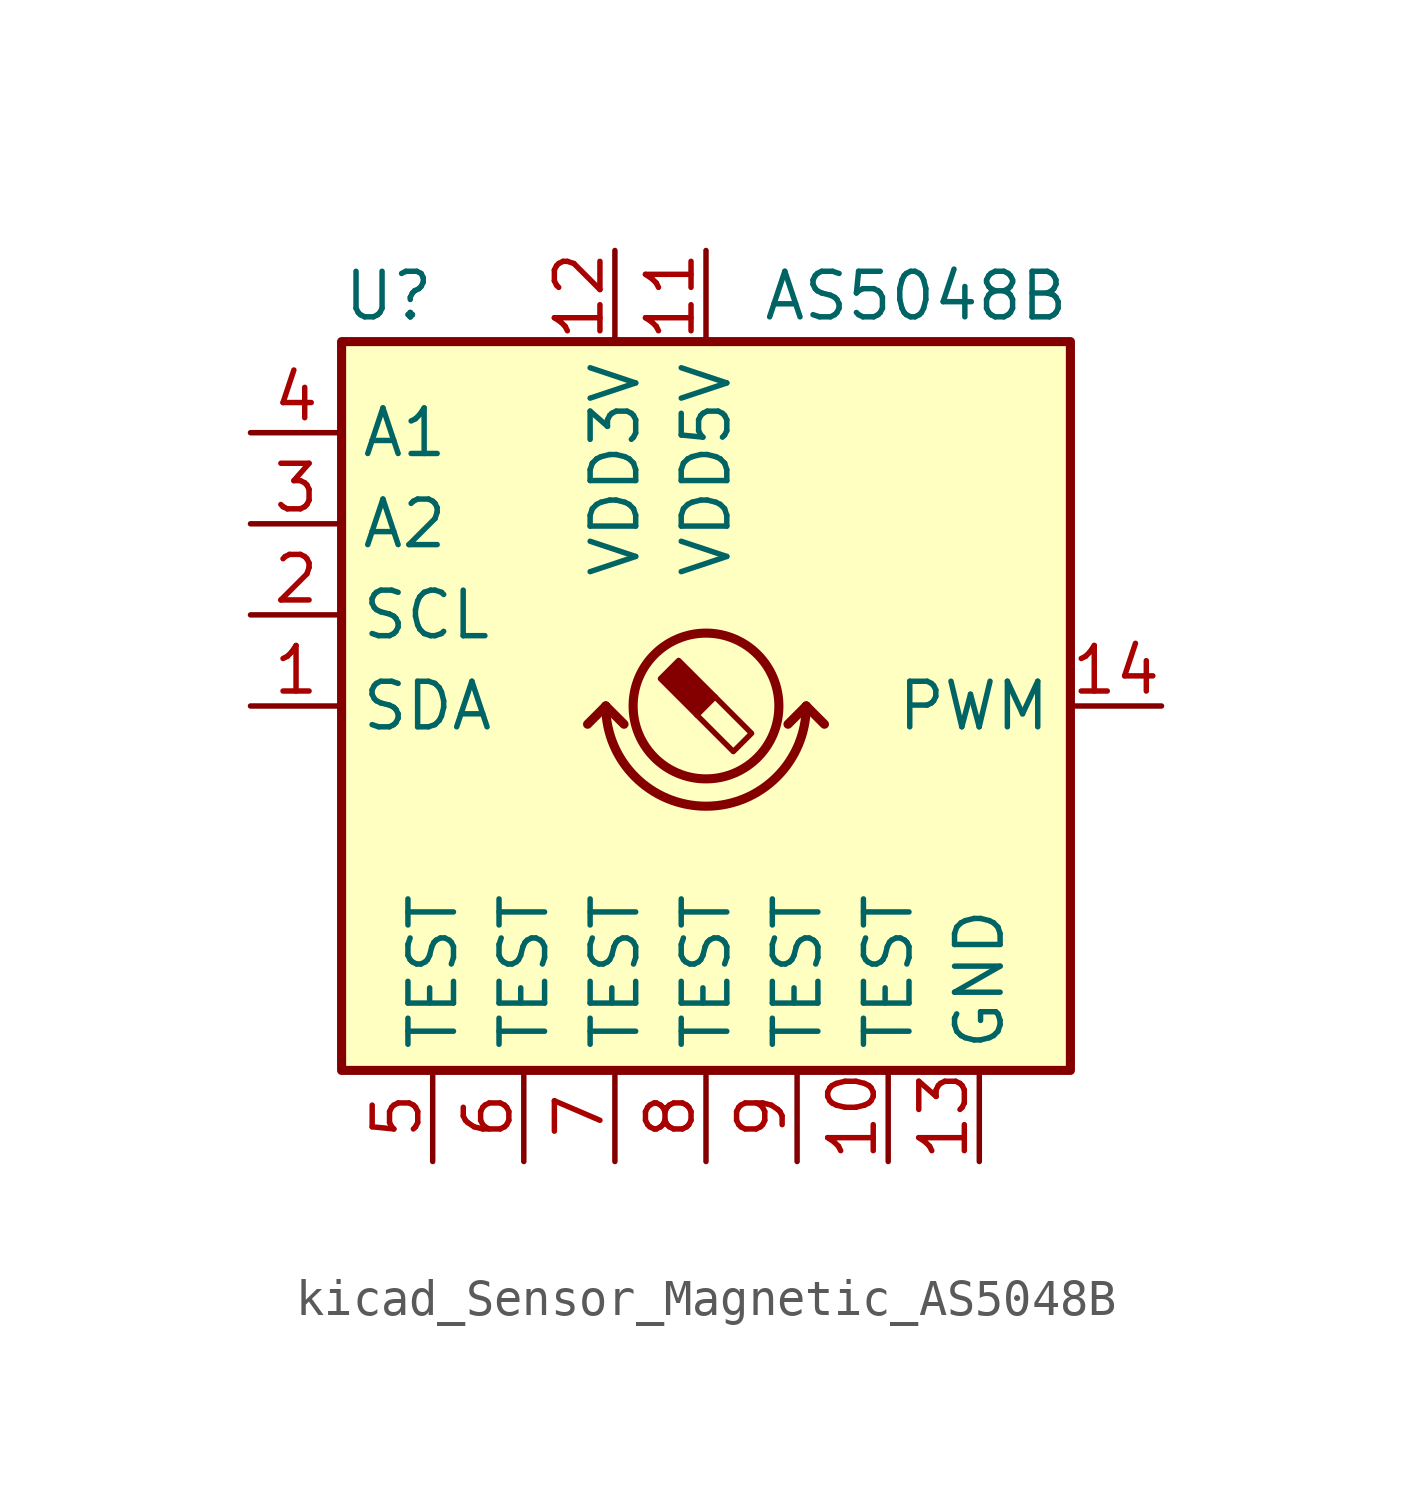
<source format=kicad_sym>
(kicad_symbol_lib
  (version 20220914)
  (generator kicad_symbol_editor)
  (symbol "kicad_Sensor_Magnetic_AS5048B"
    (property "Reference" "U"
      (at -10.16 11.43 0)
      (effects (font (size 1.27 1.27)) (justify left)))
    (property "Value" "AS5048B"
      (at 10.16 11.43 0)
      (effects (font (size 1.27 1.27)) (justify right)))
    (symbol "kicad_Sensor_Magnetic_AS5048B_0_1"
      (rectangle (start -10.16 10.16) (end 10.16 -10.16) (stroke (width 0.254) (type default)) (fill (type background)))
      (arc (start -2.794 0) (mid 0 -2.7819) (end 2.794 0) (stroke (width 0.254) (type default)) (fill (type none)))
      (polyline (pts (xy -2.794 0) (xy -3.302 -0.508)) (stroke (width 0.254) (type default)) (fill (type none)))
      (polyline (pts (xy -2.794 0) (xy -2.286 -0.508)) (stroke (width 0.254) (type default)) (fill (type none)))
      (polyline (pts (xy 2.794 0) (xy 2.286 -0.508)) (stroke (width 0.254) (type default)) (fill (type none)))
      (polyline (pts (xy 2.794 0) (xy 3.302 -0.508)) (stroke (width 0.254) (type default)) (fill (type none))))
    (symbol "kicad_Sensor_Magnetic_AS5048B_1_1"
      (polyline (pts (xy 0.254 0.254) (xy 1.27 -0.762) (xy 0.762 -1.27) (xy -0.254 -0.254)) (stroke (width 0) (type default)) (fill (type none)))
      (polyline (pts (xy -0.762 1.27) (xy 0.254 0.254) (xy -0.254 -0.254) (xy -1.27 0.762) (xy -1.016 1.016) (xy -0.762 1.27) (xy -0.635 1.143)) (stroke (width 0) (type default)) (fill (type outline)))
      (circle (center 0 0) (radius 2.032) (stroke (width 0.254) (type default)) (fill (type none)))
      (pin bidirectional line (at -12.7 0 0) (length 2.54) (name "SDA" (effects (font (size 1.27 1.27)))) (number "1" (effects (font (size 1.27 1.27)))))
      (pin passive line (at 5.08 -12.7 90) (length 2.54) (name "TEST" (effects (font (size 1.27 1.27)))) (number "10" (effects (font (size 1.27 1.27)))))
      (pin power_in line (at 0 12.7 270) (length 2.54) (name "VDD5V" (effects (font (size 1.27 1.27)))) (number "11" (effects (font (size 1.27 1.27)))))
      (pin power_in line (at -2.54 12.7 270) (length 2.54) (name "VDD3V" (effects (font (size 1.27 1.27)))) (number "12" (effects (font (size 1.27 1.27)))))
      (pin power_in line (at 7.62 -12.7 90) (length 2.54) (name "GND" (effects (font (size 1.27 1.27)))) (number "13" (effects (font (size 1.27 1.27)))))
      (pin output line (at 12.7 0 180) (length 2.54) (name "PWM" (effects (font (size 1.27 1.27)))) (number "14" (effects (font (size 1.27 1.27)))))
      (pin input line (at -12.7 2.54 0) (length 2.54) (name "SCL" (effects (font (size 1.27 1.27)))) (number "2" (effects (font (size 1.27 1.27)))))
      (pin input line (at -12.7 5.08 0) (length 2.54) (name "A2" (effects (font (size 1.27 1.27)))) (number "3" (effects (font (size 1.27 1.27)))))
      (pin input line (at -12.7 7.62 0) (length 2.54) (name "A1" (effects (font (size 1.27 1.27)))) (number "4" (effects (font (size 1.27 1.27)))))
      (pin passive line (at -7.62 -12.7 90) (length 2.54) (name "TEST" (effects (font (size 1.27 1.27)))) (number "5" (effects (font (size 1.27 1.27)))))
      (pin passive line (at -5.08 -12.7 90) (length 2.54) (name "TEST" (effects (font (size 1.27 1.27)))) (number "6" (effects (font (size 1.27 1.27)))))
      (pin passive line (at -2.54 -12.7 90) (length 2.54) (name "TEST" (effects (font (size 1.27 1.27)))) (number "7" (effects (font (size 1.27 1.27)))))
      (pin passive line (at 0 -12.7 90) (length 2.54) (name "TEST" (effects (font (size 1.27 1.27)))) (number "8" (effects (font (size 1.27 1.27)))))
      (pin passive line (at 2.54 -12.7 90) (length 2.54) (name "TEST" (effects (font (size 1.27 1.27)))) (number "9" (effects (font (size 1.27 1.27))))))))
</source>
